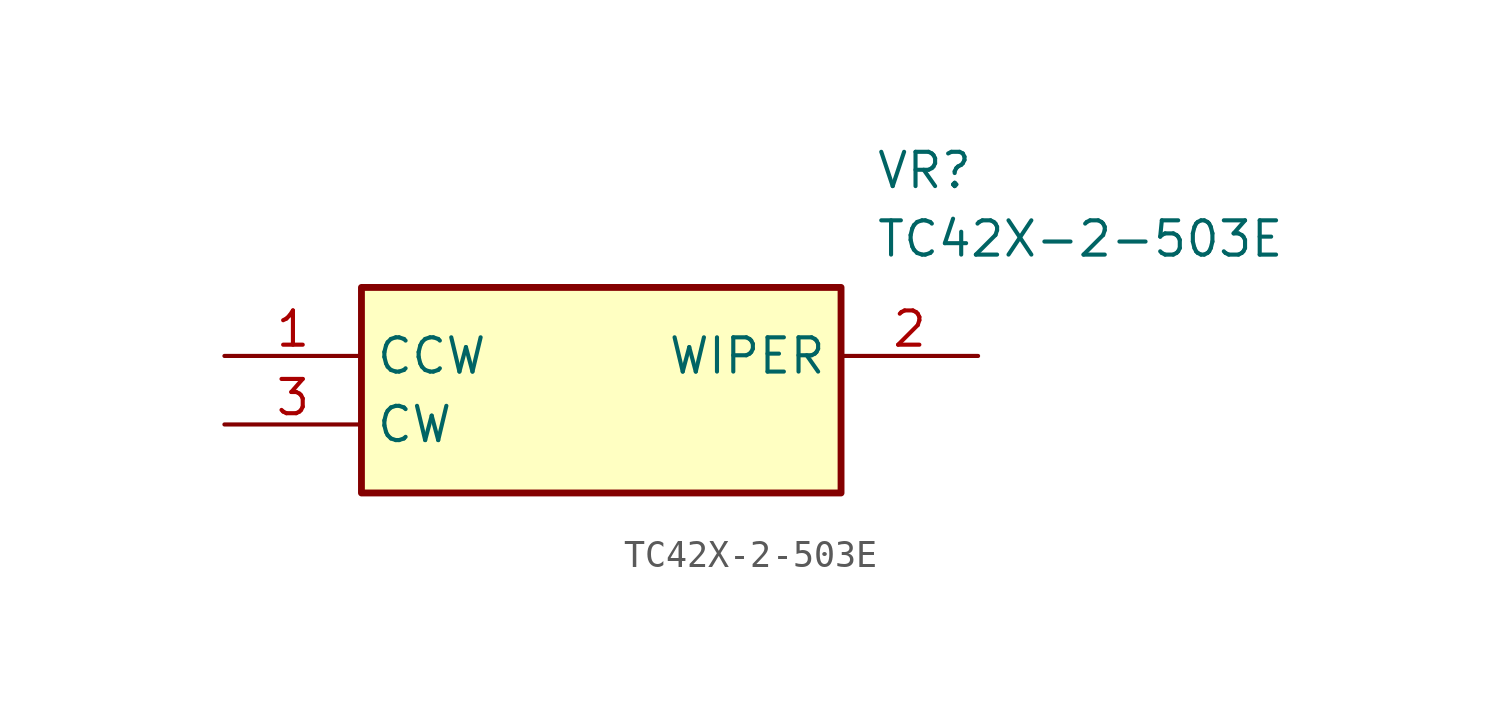
<source format=kicad_sym>
(kicad_symbol_lib
  (version 20220914)
  (generator kicad_symbol_editor)
  (symbol "TC42X-2-503E"
    (property "Reference" "VR"
      (at 24.13 7.62 0)
      (effects (font (size 1.27 1.27)) (justify left top)))
    (property "Value" "TC42X-2-503E"
      (at 24.13 5.08 0)
      (effects (font (size 1.27 1.27)) (justify left top)))
    (symbol "TC42X-2-503E_1_1"
      (rectangle (start 5.08 2.54) (end 22.86 -5.08) (stroke (width 0.254) (type default)) (fill (type background)))
      (pin passive line (at 0 0 0) (length 5.08) (name "CCW" (effects (font (size 1.27 1.27)))) (number "1" (effects (font (size 1.27 1.27)))))
      (pin passive line (at 27.94 0 180) (length 5.08) (name "WIPER" (effects (font (size 1.27 1.27)))) (number "2" (effects (font (size 1.27 1.27)))))
      (pin passive line (at 0 -2.54 0) (length 5.08) (name "CW" (effects (font (size 1.27 1.27)))) (number "3" (effects (font (size 1.27 1.27))))))))
</source>
